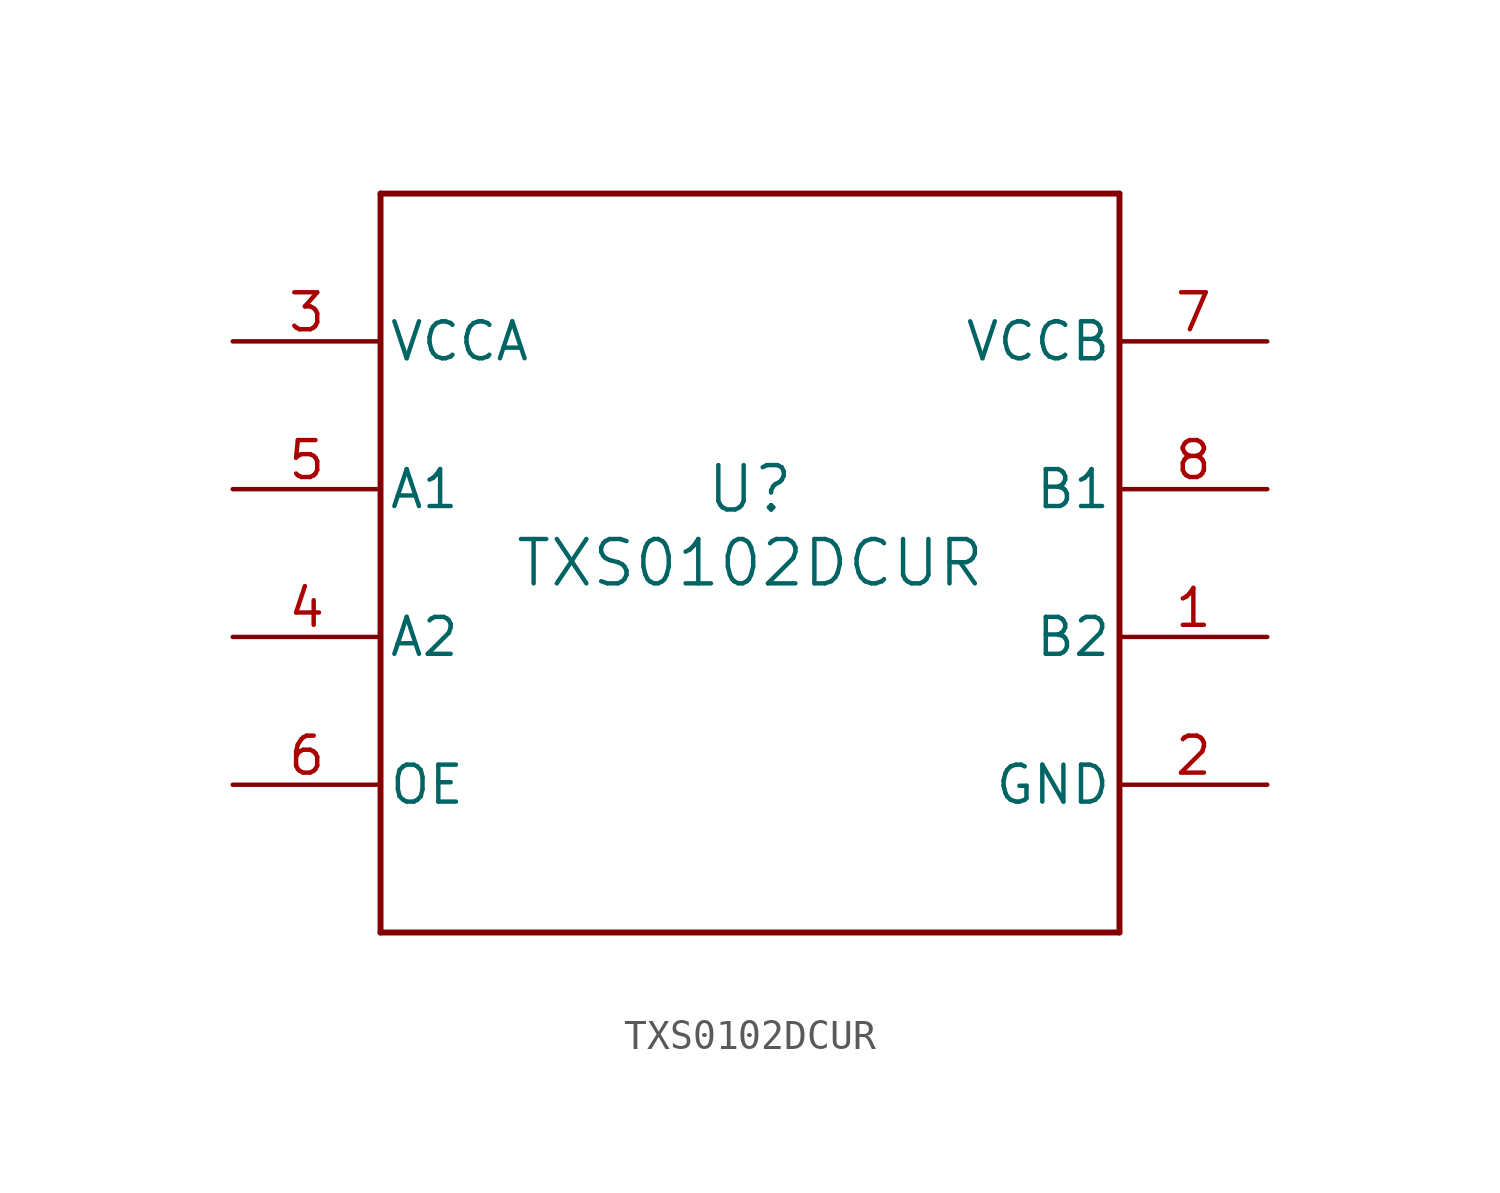
<source format=kicad_sym>
(kicad_symbol_lib
  (version 20211014)
  (generator kicad_symbol_editor)
  (symbol "TXS0102DCUR"
    (pin_names
      (offset 0.254))
    (property "Reference" "U"
      (at 0 2.54 0)
      (effects (font (size 1.524 1.524))))
    (property "Value" "TXS0102DCUR"
      (at 0 0 0)
      (effects (font (size 1.524 1.524))))
    (symbol "TXS0102DCUR_0_1"
      (polyline (pts (xy -12.7 -12.7) (xy 12.7 -12.7)) (stroke (width 0.203) (type default) (color 0 0 0 0)) (fill (type none)))
      (polyline (pts (xy 12.7 -12.7) (xy 12.7 12.7)) (stroke (width 0.203) (type default) (color 0 0 0 0)) (fill (type none)))
      (polyline (pts (xy 12.7 12.7) (xy -12.7 12.7)) (stroke (width 0.203) (type default) (color 0 0 0 0)) (fill (type none)))
      (polyline (pts (xy -12.7 12.7) (xy -12.7 -12.7)) (stroke (width 0.203) (type default) (color 0 0 0 0)) (fill (type none)))
      (pin bidirectional line (at 17.78 -2.54 180) (length 5.08) (name "B2" (effects (font (size 1.27 1.27)))) (number "1" (effects (font (size 1.27 1.27)))))
      (pin power_in line (at 17.78 -7.62 180) (length 5.08) (name "GND" (effects (font (size 1.27 1.27)))) (number "2" (effects (font (size 1.27 1.27)))))
      (pin power_in line (at -17.78 7.62 0) (length 5.08) (name "VCCA" (effects (font (size 1.27 1.27)))) (number "3" (effects (font (size 1.27 1.27)))))
      (pin bidirectional line (at -17.78 -2.54 0) (length 5.08) (name "A2" (effects (font (size 1.27 1.27)))) (number "4" (effects (font (size 1.27 1.27)))))
      (pin bidirectional line (at -17.78 2.54 0) (length 5.08) (name "A1" (effects (font (size 1.27 1.27)))) (number "5" (effects (font (size 1.27 1.27)))))
      (pin input line (at -17.78 -7.62 0) (length 5.08) (name "OE" (effects (font (size 1.27 1.27)))) (number "6" (effects (font (size 1.27 1.27)))))
      (pin power_in line (at 17.78 7.62 180) (length 5.08) (name "VCCB" (effects (font (size 1.27 1.27)))) (number "7" (effects (font (size 1.27 1.27)))))
      (pin bidirectional line (at 17.78 2.54 180) (length 5.08) (name "B1" (effects (font (size 1.27 1.27)))) (number "8" (effects (font (size 1.27 1.27))))))))
</source>
